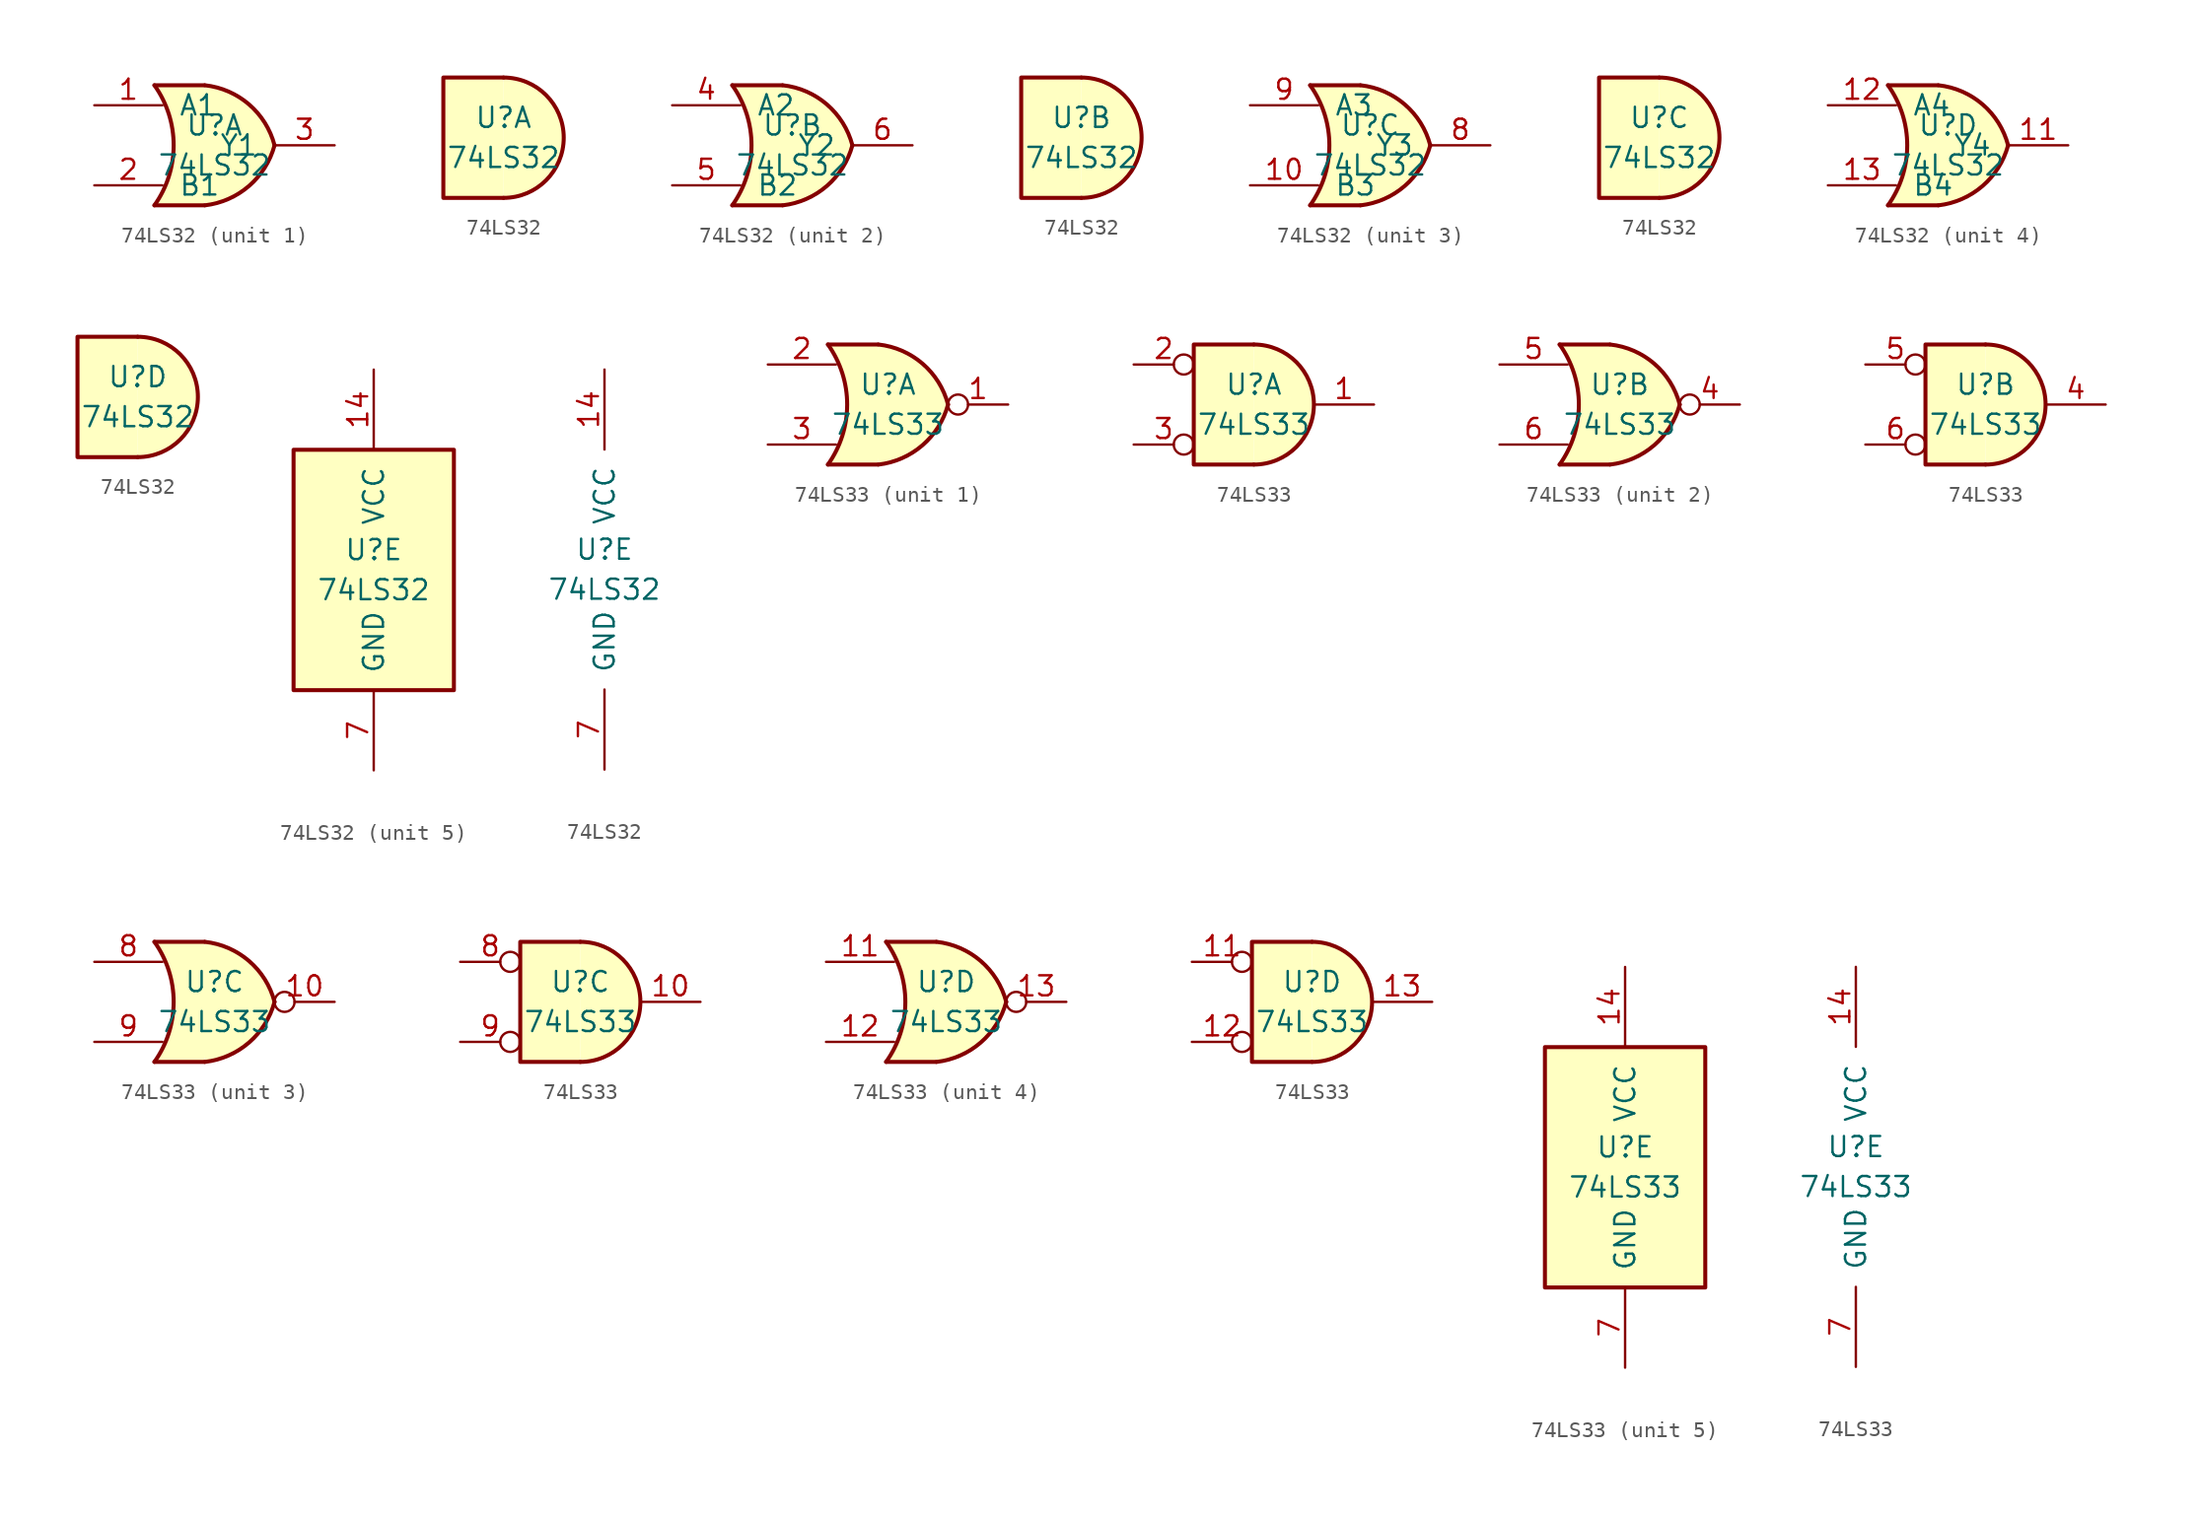
<source format=kicad_sym>
(kicad_symbol_lib
  (version 20211014)
  (generator kicad_symbol_editor)
  (symbol "74LS32"
    (pin_names
      (offset 1.016))
    (property "Reference" "U"
      (at 0 1.27 0)
      (effects (font (size 1.27 1.27))))
    (property "Value" "74LS32"
      (at 0 -1.27 0)
      (effects (font (size 1.27 1.27))))
    (property "ki_locked" ""
      (at 0 0 0)
      (effects (font (size 1.27 1.27))))
    (symbol "74LS32_1_1"
      (arc (start -3.81 -3.81) (mid -2.589 0) (end -3.81 3.81) (stroke (width 0.254) (type default) (color 0 0 0 0)) (fill (type none)))
      (arc (start -0.6096 -3.81) (mid 2.1855 -2.584) (end 3.81 0) (stroke (width 0.254) (type default) (color 0 0 0 0)) (fill (type background)))
      (polyline (pts (xy -3.81 -3.81) (xy -0.635 -3.81)) (stroke (width 0.254) (type default) (color 0 0 0 0)) (fill (type background)))
      (polyline (pts (xy -3.81 3.81) (xy -0.635 3.81)) (stroke (width 0.254) (type default) (color 0 0 0 0)) (fill (type background)))
      (polyline (pts (xy -0.635 3.81) (xy -3.81 3.81) (xy -3.81 3.81) (xy -3.556 3.404) (xy -3.023 2.261) (xy -2.692 1.041) (xy -2.616 -0.254) (xy -2.769 -1.499) (xy -3.175 -2.718) (xy -3.81 -3.81) (xy -3.81 -3.81) (xy -0.635 -3.81)) (stroke (width -25.4) (type default) (color 0 0 0 0)) (fill (type background)))
      (arc (start 3.81 0) (mid 2.1928 2.5925) (end -0.6096 3.81) (stroke (width 0.254) (type default) (color 0 0 0 0)) (fill (type background)))
      (pin input line (at -7.62 2.54 0) (length 4.318) (name "A1" (effects (font (size 1.27 1.27)))) (number "1" (effects (font (size 1.27 1.27)))))
      (pin input line (at -7.62 -2.54 0) (length 4.318) (name "B1" (effects (font (size 1.27 1.27)))) (number "2" (effects (font (size 1.27 1.27)))))
      (pin output line (at 7.62 0 180) (length 3.81) (name "Y1" (effects (font (size 1.27 1.27)))) (number "3" (effects (font (size 1.27 1.27))))))
    (symbol "74LS32_1_2"
      (arc (start 0 -3.81) (mid 3.81 0) (end 0 3.81) (stroke (width 0.254) (type default) (color 0 0 0 0)) (fill (type background)))
      (polyline (pts (xy 0 3.81) (xy -3.81 3.81) (xy -3.81 -3.81) (xy 0 -3.81)) (stroke (width 0.254) (type default) (color 0 0 0 0)) (fill (type background))))
    (symbol "74LS32_2_1"
      (arc (start -3.81 -3.81) (mid -2.589 0) (end -3.81 3.81) (stroke (width 0.254) (type default) (color 0 0 0 0)) (fill (type none)))
      (arc (start -0.6096 -3.81) (mid 2.1855 -2.584) (end 3.81 0) (stroke (width 0.254) (type default) (color 0 0 0 0)) (fill (type background)))
      (polyline (pts (xy -3.81 -3.81) (xy -0.635 -3.81)) (stroke (width 0.254) (type default) (color 0 0 0 0)) (fill (type background)))
      (polyline (pts (xy -3.81 3.81) (xy -0.635 3.81)) (stroke (width 0.254) (type default) (color 0 0 0 0)) (fill (type background)))
      (polyline (pts (xy -0.635 3.81) (xy -3.81 3.81) (xy -3.81 3.81) (xy -3.556 3.404) (xy -3.023 2.261) (xy -2.692 1.041) (xy -2.616 -0.254) (xy -2.769 -1.499) (xy -3.175 -2.718) (xy -3.81 -3.81) (xy -3.81 -3.81) (xy -0.635 -3.81)) (stroke (width -25.4) (type default) (color 0 0 0 0)) (fill (type background)))
      (arc (start 3.81 0) (mid 2.1928 2.5925) (end -0.6096 3.81) (stroke (width 0.254) (type default) (color 0 0 0 0)) (fill (type background)))
      (pin input line (at -7.62 2.54 0) (length 4.318) (name "A2" (effects (font (size 1.27 1.27)))) (number "4" (effects (font (size 1.27 1.27)))))
      (pin input line (at -7.62 -2.54 0) (length 4.318) (name "B2" (effects (font (size 1.27 1.27)))) (number "5" (effects (font (size 1.27 1.27)))))
      (pin output line (at 7.62 0 180) (length 3.81) (name "Y2" (effects (font (size 1.27 1.27)))) (number "6" (effects (font (size 1.27 1.27))))))
    (symbol "74LS32_2_2"
      (arc (start 0 -3.81) (mid 3.81 0) (end 0 3.81) (stroke (width 0.254) (type default) (color 0 0 0 0)) (fill (type background)))
      (polyline (pts (xy 0 3.81) (xy -3.81 3.81) (xy -3.81 -3.81) (xy 0 -3.81)) (stroke (width 0.254) (type default) (color 0 0 0 0)) (fill (type background))))
    (symbol "74LS32_3_1"
      (arc (start -3.81 -3.81) (mid -2.589 0) (end -3.81 3.81) (stroke (width 0.254) (type default) (color 0 0 0 0)) (fill (type none)))
      (arc (start -0.6096 -3.81) (mid 2.1855 -2.584) (end 3.81 0) (stroke (width 0.254) (type default) (color 0 0 0 0)) (fill (type background)))
      (polyline (pts (xy -3.81 -3.81) (xy -0.635 -3.81)) (stroke (width 0.254) (type default) (color 0 0 0 0)) (fill (type background)))
      (polyline (pts (xy -3.81 3.81) (xy -0.635 3.81)) (stroke (width 0.254) (type default) (color 0 0 0 0)) (fill (type background)))
      (polyline (pts (xy -0.635 3.81) (xy -3.81 3.81) (xy -3.81 3.81) (xy -3.556 3.404) (xy -3.023 2.261) (xy -2.692 1.041) (xy -2.616 -0.254) (xy -2.769 -1.499) (xy -3.175 -2.718) (xy -3.81 -3.81) (xy -3.81 -3.81) (xy -0.635 -3.81)) (stroke (width -25.4) (type default) (color 0 0 0 0)) (fill (type background)))
      (arc (start 3.81 0) (mid 2.1928 2.5925) (end -0.6096 3.81) (stroke (width 0.254) (type default) (color 0 0 0 0)) (fill (type background)))
      (pin input line (at -7.62 -2.54 0) (length 4.318) (name "B3" (effects (font (size 1.27 1.27)))) (number "10" (effects (font (size 1.27 1.27)))))
      (pin output line (at 7.62 0 180) (length 3.81) (name "Y3" (effects (font (size 1.27 1.27)))) (number "8" (effects (font (size 1.27 1.27)))))
      (pin input line (at -7.62 2.54 0) (length 4.318) (name "A3" (effects (font (size 1.27 1.27)))) (number "9" (effects (font (size 1.27 1.27))))))
    (symbol "74LS32_3_2"
      (arc (start 0 -3.81) (mid 3.81 0) (end 0 3.81) (stroke (width 0.254) (type default) (color 0 0 0 0)) (fill (type background)))
      (polyline (pts (xy 0 3.81) (xy -3.81 3.81) (xy -3.81 -3.81) (xy 0 -3.81)) (stroke (width 0.254) (type default) (color 0 0 0 0)) (fill (type background))))
    (symbol "74LS32_4_1"
      (arc (start -3.81 -3.81) (mid -2.589 0) (end -3.81 3.81) (stroke (width 0.254) (type default) (color 0 0 0 0)) (fill (type none)))
      (arc (start -0.6096 -3.81) (mid 2.1855 -2.584) (end 3.81 0) (stroke (width 0.254) (type default) (color 0 0 0 0)) (fill (type background)))
      (polyline (pts (xy -3.81 -3.81) (xy -0.635 -3.81)) (stroke (width 0.254) (type default) (color 0 0 0 0)) (fill (type background)))
      (polyline (pts (xy -3.81 3.81) (xy -0.635 3.81)) (stroke (width 0.254) (type default) (color 0 0 0 0)) (fill (type background)))
      (polyline (pts (xy -0.635 3.81) (xy -3.81 3.81) (xy -3.81 3.81) (xy -3.556 3.404) (xy -3.023 2.261) (xy -2.692 1.041) (xy -2.616 -0.254) (xy -2.769 -1.499) (xy -3.175 -2.718) (xy -3.81 -3.81) (xy -3.81 -3.81) (xy -0.635 -3.81)) (stroke (width -25.4) (type default) (color 0 0 0 0)) (fill (type background)))
      (arc (start 3.81 0) (mid 2.1928 2.5925) (end -0.6096 3.81) (stroke (width 0.254) (type default) (color 0 0 0 0)) (fill (type background)))
      (pin output line (at 7.62 0 180) (length 3.81) (name "Y4" (effects (font (size 1.27 1.27)))) (number "11" (effects (font (size 1.27 1.27)))))
      (pin input line (at -7.62 2.54 0) (length 4.318) (name "A4" (effects (font (size 1.27 1.27)))) (number "12" (effects (font (size 1.27 1.27)))))
      (pin input line (at -7.62 -2.54 0) (length 4.318) (name "B4" (effects (font (size 1.27 1.27)))) (number "13" (effects (font (size 1.27 1.27))))))
    (symbol "74LS32_4_2"
      (arc (start 0 -3.81) (mid 3.81 0) (end 0 3.81) (stroke (width 0.254) (type default) (color 0 0 0 0)) (fill (type background)))
      (polyline (pts (xy 0 3.81) (xy -3.81 3.81) (xy -3.81 -3.81) (xy 0 -3.81)) (stroke (width 0.254) (type default) (color 0 0 0 0)) (fill (type background))))
    (symbol "74LS32_5_0"
      (pin power_in line (at 0 12.7 270) (length 5.08) (name "VCC" (effects (font (size 1.27 1.27)))) (number "14" (effects (font (size 1.27 1.27)))))
      (pin power_in line (at 0 -12.7 90) (length 5.08) (name "GND" (effects (font (size 1.27 1.27)))) (number "7" (effects (font (size 1.27 1.27))))))
    (symbol "74LS32_5_1"
      (rectangle (start -5.08 7.62) (end 5.08 -7.62) (stroke (width 0.254) (type default) (color 0 0 0 0)) (fill (type background)))))
  (symbol "74LS33"
    (pin_names
      (offset 1.016))
    (property "Reference" "U"
      (at 0 1.27 0)
      (effects (font (size 1.27 1.27))))
    (property "Value" "74LS33"
      (at 0 -1.27 0)
      (effects (font (size 1.27 1.27))))
    (property "ki_locked" ""
      (at 0 0 0)
      (effects (font (size 1.27 1.27))))
    (symbol "74LS33_1_1"
      (arc (start -3.81 -3.81) (mid -2.589 0) (end -3.81 3.81) (stroke (width 0.254) (type default) (color 0 0 0 0)) (fill (type none)))
      (arc (start -0.6096 -3.81) (mid 2.1855 -2.584) (end 3.81 0) (stroke (width 0.254) (type default) (color 0 0 0 0)) (fill (type background)))
      (polyline (pts (xy -3.81 -3.81) (xy -0.635 -3.81)) (stroke (width 0.254) (type default) (color 0 0 0 0)) (fill (type background)))
      (polyline (pts (xy -3.81 3.81) (xy -0.635 3.81)) (stroke (width 0.254) (type default) (color 0 0 0 0)) (fill (type background)))
      (polyline (pts (xy -0.635 3.81) (xy -3.81 3.81) (xy -3.81 3.81) (xy -3.556 3.404) (xy -3.023 2.261) (xy -2.692 1.041) (xy -2.616 -0.254) (xy -2.769 -1.499) (xy -3.175 -2.718) (xy -3.81 -3.81) (xy -3.81 -3.81) (xy -0.635 -3.81)) (stroke (width -25.4) (type default) (color 0 0 0 0)) (fill (type background)))
      (arc (start 3.81 0) (mid 2.1928 2.5925) (end -0.6096 3.81) (stroke (width 0.254) (type default) (color 0 0 0 0)) (fill (type background)))
      (pin open_collector inverted (at 7.62 0 180) (length 3.81) (name "~" (effects (font (size 1.27 1.27)))) (number "1" (effects (font (size 1.27 1.27)))))
      (pin input line (at -7.62 2.54 0) (length 4.318) (name "~" (effects (font (size 1.27 1.27)))) (number "2" (effects (font (size 1.27 1.27)))))
      (pin input line (at -7.62 -2.54 0) (length 4.318) (name "~" (effects (font (size 1.27 1.27)))) (number "3" (effects (font (size 1.27 1.27))))))
    (symbol "74LS33_1_2"
      (arc (start 0 -3.81) (mid 3.81 0) (end 0 3.81) (stroke (width 0.254) (type default) (color 0 0 0 0)) (fill (type background)))
      (polyline (pts (xy 0 3.81) (xy -3.81 3.81) (xy -3.81 -3.81) (xy 0 -3.81)) (stroke (width 0.254) (type default) (color 0 0 0 0)) (fill (type background)))
      (pin open_collector line (at 7.62 0 180) (length 3.81) (name "~" (effects (font (size 1.27 1.27)))) (number "1" (effects (font (size 1.27 1.27)))))
      (pin input inverted (at -7.62 2.54 0) (length 3.81) (name "~" (effects (font (size 1.27 1.27)))) (number "2" (effects (font (size 1.27 1.27)))))
      (pin input inverted (at -7.62 -2.54 0) (length 3.81) (name "~" (effects (font (size 1.27 1.27)))) (number "3" (effects (font (size 1.27 1.27))))))
    (symbol "74LS33_2_1"
      (arc (start -3.81 -3.81) (mid -2.589 0) (end -3.81 3.81) (stroke (width 0.254) (type default) (color 0 0 0 0)) (fill (type none)))
      (arc (start -0.6096 -3.81) (mid 2.1855 -2.584) (end 3.81 0) (stroke (width 0.254) (type default) (color 0 0 0 0)) (fill (type background)))
      (polyline (pts (xy -3.81 -3.81) (xy -0.635 -3.81)) (stroke (width 0.254) (type default) (color 0 0 0 0)) (fill (type background)))
      (polyline (pts (xy -3.81 3.81) (xy -0.635 3.81)) (stroke (width 0.254) (type default) (color 0 0 0 0)) (fill (type background)))
      (polyline (pts (xy -0.635 3.81) (xy -3.81 3.81) (xy -3.81 3.81) (xy -3.556 3.404) (xy -3.023 2.261) (xy -2.692 1.041) (xy -2.616 -0.254) (xy -2.769 -1.499) (xy -3.175 -2.718) (xy -3.81 -3.81) (xy -3.81 -3.81) (xy -0.635 -3.81)) (stroke (width -25.4) (type default) (color 0 0 0 0)) (fill (type background)))
      (arc (start 3.81 0) (mid 2.1928 2.5925) (end -0.6096 3.81) (stroke (width 0.254) (type default) (color 0 0 0 0)) (fill (type background)))
      (pin open_collector inverted (at 7.62 0 180) (length 3.81) (name "~" (effects (font (size 1.27 1.27)))) (number "4" (effects (font (size 1.27 1.27)))))
      (pin input line (at -7.62 2.54 0) (length 4.318) (name "~" (effects (font (size 1.27 1.27)))) (number "5" (effects (font (size 1.27 1.27)))))
      (pin input line (at -7.62 -2.54 0) (length 4.318) (name "~" (effects (font (size 1.27 1.27)))) (number "6" (effects (font (size 1.27 1.27))))))
    (symbol "74LS33_2_2"
      (arc (start 0 -3.81) (mid 3.81 0) (end 0 3.81) (stroke (width 0.254) (type default) (color 0 0 0 0)) (fill (type background)))
      (polyline (pts (xy 0 3.81) (xy -3.81 3.81) (xy -3.81 -3.81) (xy 0 -3.81)) (stroke (width 0.254) (type default) (color 0 0 0 0)) (fill (type background)))
      (pin open_collector line (at 7.62 0 180) (length 3.81) (name "~" (effects (font (size 1.27 1.27)))) (number "4" (effects (font (size 1.27 1.27)))))
      (pin input inverted (at -7.62 2.54 0) (length 3.81) (name "~" (effects (font (size 1.27 1.27)))) (number "5" (effects (font (size 1.27 1.27)))))
      (pin input inverted (at -7.62 -2.54 0) (length 3.81) (name "~" (effects (font (size 1.27 1.27)))) (number "6" (effects (font (size 1.27 1.27))))))
    (symbol "74LS33_3_1"
      (arc (start -3.81 -3.81) (mid -2.589 0) (end -3.81 3.81) (stroke (width 0.254) (type default) (color 0 0 0 0)) (fill (type none)))
      (arc (start -0.6096 -3.81) (mid 2.1855 -2.584) (end 3.81 0) (stroke (width 0.254) (type default) (color 0 0 0 0)) (fill (type background)))
      (polyline (pts (xy -3.81 -3.81) (xy -0.635 -3.81)) (stroke (width 0.254) (type default) (color 0 0 0 0)) (fill (type background)))
      (polyline (pts (xy -3.81 3.81) (xy -0.635 3.81)) (stroke (width 0.254) (type default) (color 0 0 0 0)) (fill (type background)))
      (polyline (pts (xy -0.635 3.81) (xy -3.81 3.81) (xy -3.81 3.81) (xy -3.556 3.404) (xy -3.023 2.261) (xy -2.692 1.041) (xy -2.616 -0.254) (xy -2.769 -1.499) (xy -3.175 -2.718) (xy -3.81 -3.81) (xy -3.81 -3.81) (xy -0.635 -3.81)) (stroke (width -25.4) (type default) (color 0 0 0 0)) (fill (type background)))
      (arc (start 3.81 0) (mid 2.1928 2.5925) (end -0.6096 3.81) (stroke (width 0.254) (type default) (color 0 0 0 0)) (fill (type background)))
      (pin open_collector inverted (at 7.62 0 180) (length 3.81) (name "~" (effects (font (size 1.27 1.27)))) (number "10" (effects (font (size 1.27 1.27)))))
      (pin input line (at -7.62 2.54 0) (length 4.318) (name "~" (effects (font (size 1.27 1.27)))) (number "8" (effects (font (size 1.27 1.27)))))
      (pin input line (at -7.62 -2.54 0) (length 4.318) (name "~" (effects (font (size 1.27 1.27)))) (number "9" (effects (font (size 1.27 1.27))))))
    (symbol "74LS33_3_2"
      (arc (start 0 -3.81) (mid 3.81 0) (end 0 3.81) (stroke (width 0.254) (type default) (color 0 0 0 0)) (fill (type background)))
      (polyline (pts (xy 0 3.81) (xy -3.81 3.81) (xy -3.81 -3.81) (xy 0 -3.81)) (stroke (width 0.254) (type default) (color 0 0 0 0)) (fill (type background)))
      (pin open_collector line (at 7.62 0 180) (length 3.81) (name "~" (effects (font (size 1.27 1.27)))) (number "10" (effects (font (size 1.27 1.27)))))
      (pin input inverted (at -7.62 2.54 0) (length 3.81) (name "~" (effects (font (size 1.27 1.27)))) (number "8" (effects (font (size 1.27 1.27)))))
      (pin input inverted (at -7.62 -2.54 0) (length 3.81) (name "~" (effects (font (size 1.27 1.27)))) (number "9" (effects (font (size 1.27 1.27))))))
    (symbol "74LS33_4_1"
      (arc (start -3.81 -3.81) (mid -2.589 0) (end -3.81 3.81) (stroke (width 0.254) (type default) (color 0 0 0 0)) (fill (type none)))
      (arc (start -0.6096 -3.81) (mid 2.1855 -2.584) (end 3.81 0) (stroke (width 0.254) (type default) (color 0 0 0 0)) (fill (type background)))
      (polyline (pts (xy -3.81 -3.81) (xy -0.635 -3.81)) (stroke (width 0.254) (type default) (color 0 0 0 0)) (fill (type background)))
      (polyline (pts (xy -3.81 3.81) (xy -0.635 3.81)) (stroke (width 0.254) (type default) (color 0 0 0 0)) (fill (type background)))
      (polyline (pts (xy -0.635 3.81) (xy -3.81 3.81) (xy -3.81 3.81) (xy -3.556 3.404) (xy -3.023 2.261) (xy -2.692 1.041) (xy -2.616 -0.254) (xy -2.769 -1.499) (xy -3.175 -2.718) (xy -3.81 -3.81) (xy -3.81 -3.81) (xy -0.635 -3.81)) (stroke (width -25.4) (type default) (color 0 0 0 0)) (fill (type background)))
      (arc (start 3.81 0) (mid 2.1928 2.5925) (end -0.6096 3.81) (stroke (width 0.254) (type default) (color 0 0 0 0)) (fill (type background)))
      (pin input line (at -7.62 2.54 0) (length 4.318) (name "~" (effects (font (size 1.27 1.27)))) (number "11" (effects (font (size 1.27 1.27)))))
      (pin input line (at -7.62 -2.54 0) (length 4.318) (name "~" (effects (font (size 1.27 1.27)))) (number "12" (effects (font (size 1.27 1.27)))))
      (pin open_collector inverted (at 7.62 0 180) (length 3.81) (name "~" (effects (font (size 1.27 1.27)))) (number "13" (effects (font (size 1.27 1.27))))))
    (symbol "74LS33_4_2"
      (arc (start 0 -3.81) (mid 3.81 0) (end 0 3.81) (stroke (width 0.254) (type default) (color 0 0 0 0)) (fill (type background)))
      (polyline (pts (xy 0 3.81) (xy -3.81 3.81) (xy -3.81 -3.81) (xy 0 -3.81)) (stroke (width 0.254) (type default) (color 0 0 0 0)) (fill (type background)))
      (pin input inverted (at -7.62 2.54 0) (length 3.81) (name "~" (effects (font (size 1.27 1.27)))) (number "11" (effects (font (size 1.27 1.27)))))
      (pin input inverted (at -7.62 -2.54 0) (length 3.81) (name "~" (effects (font (size 1.27 1.27)))) (number "12" (effects (font (size 1.27 1.27)))))
      (pin open_collector line (at 7.62 0 180) (length 3.81) (name "~" (effects (font (size 1.27 1.27)))) (number "13" (effects (font (size 1.27 1.27))))))
    (symbol "74LS33_5_0"
      (pin power_in line (at 0 12.7 270) (length 5.08) (name "VCC" (effects (font (size 1.27 1.27)))) (number "14" (effects (font (size 1.27 1.27)))))
      (pin power_in line (at 0 -12.7 90) (length 5.08) (name "GND" (effects (font (size 1.27 1.27)))) (number "7" (effects (font (size 1.27 1.27))))))
    (symbol "74LS33_5_1"
      (rectangle (start -5.08 7.62) (end 5.08 -7.62) (stroke (width 0.254) (type default) (color 0 0 0 0)) (fill (type background))))))
</source>
